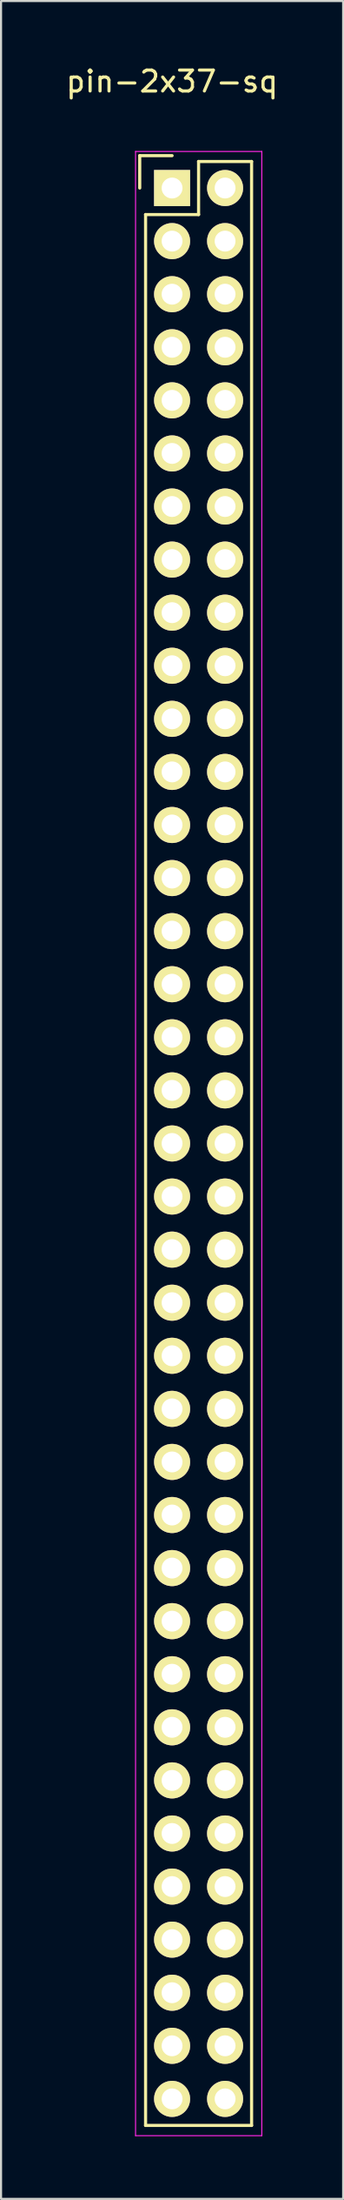
<source format=kicad_pcb>
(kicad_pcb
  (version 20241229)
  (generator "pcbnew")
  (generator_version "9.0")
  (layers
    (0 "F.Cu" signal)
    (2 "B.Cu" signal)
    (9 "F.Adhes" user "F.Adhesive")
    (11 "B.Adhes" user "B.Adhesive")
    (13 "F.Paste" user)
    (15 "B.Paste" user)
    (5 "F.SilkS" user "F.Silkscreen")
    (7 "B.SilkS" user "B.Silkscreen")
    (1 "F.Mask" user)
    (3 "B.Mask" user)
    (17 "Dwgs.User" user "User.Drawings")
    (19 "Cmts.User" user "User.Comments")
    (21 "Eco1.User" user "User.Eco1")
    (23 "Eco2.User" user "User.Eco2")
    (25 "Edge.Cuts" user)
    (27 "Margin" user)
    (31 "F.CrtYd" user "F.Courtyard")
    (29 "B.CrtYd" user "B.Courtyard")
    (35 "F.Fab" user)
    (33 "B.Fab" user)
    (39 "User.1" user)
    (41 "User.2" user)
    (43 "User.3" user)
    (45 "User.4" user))
  (footprint "pin-2x37-sq"
    (layer "F.Cu")
    (at 5.196 5.948)
    (property "Reference" "pin-2x37-sq" (at 0 -5.1 0) (layer "F.SilkS") (effects (font (size 1 1) (thickness 0.15))))
    (attr through_hole)
    (fp_line (start -1.55 -1.55) (end -1.55 0) (stroke (width 0.15) (type solid)) (layer "F.SilkS"))
    (fp_line (start -1.27 92.71) (end -1.27 1.27) (stroke (width 0.15) (type solid)) (layer "F.SilkS"))
    (fp_line (start 0 -1.55) (end -1.55 -1.55) (stroke (width 0.15) (type solid)) (layer "F.SilkS"))
    (fp_line (start 1.27 -1.27) (end 1.27 1.27) (stroke (width 0.15) (type solid)) (layer "F.SilkS"))
    (fp_line (start 1.27 1.27) (end -1.27 1.27) (stroke (width 0.15) (type solid)) (layer "F.SilkS"))
    (fp_line (start 3.81 -1.27) (end 1.27 -1.27) (stroke (width 0.15) (type solid)) (layer "F.SilkS"))
    (fp_line (start 3.81 -1.27) (end 3.81 92.71) (stroke (width 0.15) (type solid)) (layer "F.SilkS"))
    (fp_line (start 3.81 92.71) (end -1.27 92.71) (stroke (width 0.15) (type solid)) (layer "F.SilkS"))
    (fp_line (start -1.75 -1.75) (end -1.75 93.2) (stroke (width 0.05) (type solid)) (layer "F.CrtYd"))
    (fp_line (start -1.75 -1.75) (end 4.3 -1.75) (stroke (width 0.05) (type solid)) (layer "F.CrtYd"))
    (fp_line (start -1.75 93.2) (end 4.3 93.2) (stroke (width 0.05) (type solid)) (layer "F.CrtYd"))
    (fp_line (start 4.3 -1.75) (end 4.3 93.2) (stroke (width 0.05) (type solid)) (layer "F.CrtYd"))
    (pad "1" thru_hole rect (at 0 0) (size 1.727 1.727) (drill 1) (layers "*.Cu" "*.Mask" "F.SilkS"))
    (pad "2" thru_hole oval (at 2.54 0) (size 1.727 1.727) (drill 1) (layers "*.Cu" "*.Mask" "F.SilkS"))
    (pad "3" thru_hole oval (at 0 2.54) (size 1.727 1.727) (drill 1) (layers "*.Cu" "*.Mask" "F.SilkS"))
    (pad "4" thru_hole oval (at 2.54 2.54) (size 1.727 1.727) (drill 1) (layers "*.Cu" "*.Mask" "F.SilkS"))
    (pad "5" thru_hole oval (at 0 5.08) (size 1.727 1.727) (drill 1) (layers "*.Cu" "*.Mask" "F.SilkS"))
    (pad "6" thru_hole oval (at 2.54 5.08) (size 1.727 1.727) (drill 1) (layers "*.Cu" "*.Mask" "F.SilkS"))
    (pad "7" thru_hole oval (at 0 7.62) (size 1.727 1.727) (drill 1) (layers "*.Cu" "*.Mask" "F.SilkS"))
    (pad "8" thru_hole oval (at 2.54 7.62) (size 1.727 1.727) (drill 1) (layers "*.Cu" "*.Mask" "F.SilkS"))
    (pad "9" thru_hole oval (at 0 10.16) (size 1.727 1.727) (drill 1) (layers "*.Cu" "*.Mask" "F.SilkS"))
    (pad "10" thru_hole oval (at 2.54 10.16) (size 1.727 1.727) (drill 1) (layers "*.Cu" "*.Mask" "F.SilkS"))
    (pad "11" thru_hole oval (at 0 12.7) (size 1.727 1.727) (drill 1) (layers "*.Cu" "*.Mask" "F.SilkS"))
    (pad "12" thru_hole oval (at 2.54 12.7) (size 1.727 1.727) (drill 1) (layers "*.Cu" "*.Mask" "F.SilkS"))
    (pad "13" thru_hole oval (at 0 15.24) (size 1.727 1.727) (drill 1) (layers "*.Cu" "*.Mask" "F.SilkS"))
    (pad "14" thru_hole oval (at 2.54 15.24) (size 1.727 1.727) (drill 1) (layers "*.Cu" "*.Mask" "F.SilkS"))
    (pad "15" thru_hole oval (at 0 17.78) (size 1.727 1.727) (drill 1) (layers "*.Cu" "*.Mask" "F.SilkS"))
    (pad "16" thru_hole oval (at 2.54 17.78) (size 1.727 1.727) (drill 1) (layers "*.Cu" "*.Mask" "F.SilkS"))
    (pad "17" thru_hole oval (at 0 20.32) (size 1.727 1.727) (drill 1) (layers "*.Cu" "*.Mask" "F.SilkS"))
    (pad "18" thru_hole oval (at 2.54 20.32) (size 1.727 1.727) (drill 1) (layers "*.Cu" "*.Mask" "F.SilkS"))
    (pad "19" thru_hole oval (at 0 22.86) (size 1.727 1.727) (drill 1) (layers "*.Cu" "*.Mask" "F.SilkS"))
    (pad "20" thru_hole oval (at 2.54 22.86) (size 1.727 1.727) (drill 1) (layers "*.Cu" "*.Mask" "F.SilkS"))
    (pad "21" thru_hole oval (at 0 25.4) (size 1.727 1.727) (drill 1) (layers "*.Cu" "*.Mask" "F.SilkS"))
    (pad "22" thru_hole oval (at 2.54 25.4) (size 1.727 1.727) (drill 1) (layers "*.Cu" "*.Mask" "F.SilkS"))
    (pad "23" thru_hole oval (at 0 27.94) (size 1.727 1.727) (drill 1) (layers "*.Cu" "*.Mask" "F.SilkS"))
    (pad "24" thru_hole oval (at 2.54 27.94) (size 1.727 1.727) (drill 1) (layers "*.Cu" "*.Mask" "F.SilkS"))
    (pad "25" thru_hole oval (at 0 30.48) (size 1.727 1.727) (drill 1) (layers "*.Cu" "*.Mask" "F.SilkS"))
    (pad "26" thru_hole oval (at 2.54 30.48) (size 1.727 1.727) (drill 1) (layers "*.Cu" "*.Mask" "F.SilkS"))
    (pad "27" thru_hole oval (at 0 33.02) (size 1.727 1.727) (drill 1) (layers "*.Cu" "*.Mask" "F.SilkS"))
    (pad "28" thru_hole oval (at 2.54 33.02) (size 1.727 1.727) (drill 1) (layers "*.Cu" "*.Mask" "F.SilkS"))
    (pad "29" thru_hole oval (at 0 35.56) (size 1.727 1.727) (drill 1) (layers "*.Cu" "*.Mask" "F.SilkS"))
    (pad "30" thru_hole oval (at 2.54 35.56) (size 1.727 1.727) (drill 1) (layers "*.Cu" "*.Mask" "F.SilkS"))
    (pad "31" thru_hole oval (at 0 38.1) (size 1.727 1.727) (drill 1) (layers "*.Cu" "*.Mask" "F.SilkS"))
    (pad "32" thru_hole oval (at 2.54 38.1) (size 1.727 1.727) (drill 1) (layers "*.Cu" "*.Mask" "F.SilkS"))
    (pad "33" thru_hole oval (at 0 40.64) (size 1.727 1.727) (drill 1) (layers "*.Cu" "*.Mask" "F.SilkS"))
    (pad "34" thru_hole oval (at 2.54 40.64) (size 1.727 1.727) (drill 1) (layers "*.Cu" "*.Mask" "F.SilkS"))
    (pad "35" thru_hole oval (at 0 43.18) (size 1.727 1.727) (drill 1) (layers "*.Cu" "*.Mask" "F.SilkS"))
    (pad "36" thru_hole oval (at 2.54 43.18) (size 1.727 1.727) (drill 1) (layers "*.Cu" "*.Mask" "F.SilkS"))
    (pad "37" thru_hole oval (at 0 45.72) (size 1.727 1.727) (drill 1) (layers "*.Cu" "*.Mask" "F.SilkS"))
    (pad "38" thru_hole oval (at 2.54 45.72) (size 1.727 1.727) (drill 1) (layers "*.Cu" "*.Mask" "F.SilkS"))
    (pad "39" thru_hole oval (at 0 48.26) (size 1.727 1.727) (drill 1) (layers "*.Cu" "*.Mask" "F.SilkS"))
    (pad "40" thru_hole oval (at 2.54 48.26) (size 1.727 1.727) (drill 1) (layers "*.Cu" "*.Mask" "F.SilkS"))
    (pad "41" thru_hole oval (at 0 50.8) (size 1.727 1.727) (drill 1) (layers "*.Cu" "*.Mask" "F.SilkS"))
    (pad "42" thru_hole oval (at 2.54 50.8) (size 1.727 1.727) (drill 1) (layers "*.Cu" "*.Mask" "F.SilkS"))
    (pad "43" thru_hole oval (at 0 53.34) (size 1.727 1.727) (drill 1) (layers "*.Cu" "*.Mask" "F.SilkS"))
    (pad "44" thru_hole oval (at 2.54 53.34) (size 1.727 1.727) (drill 1) (layers "*.Cu" "*.Mask" "F.SilkS"))
    (pad "45" thru_hole oval (at 0 55.88) (size 1.727 1.727) (drill 1) (layers "*.Cu" "*.Mask" "F.SilkS"))
    (pad "46" thru_hole oval (at 2.54 55.88) (size 1.727 1.727) (drill 1) (layers "*.Cu" "*.Mask" "F.SilkS"))
    (pad "47" thru_hole oval (at 0 58.42) (size 1.727 1.727) (drill 1) (layers "*.Cu" "*.Mask" "F.SilkS"))
    (pad "48" thru_hole oval (at 2.54 58.42) (size 1.727 1.727) (drill 1) (layers "*.Cu" "*.Mask" "F.SilkS"))
    (pad "49" thru_hole oval (at 0 60.96) (size 1.727 1.727) (drill 1) (layers "*.Cu" "*.Mask" "F.SilkS"))
    (pad "50" thru_hole oval (at 2.54 60.96) (size 1.727 1.727) (drill 1) (layers "*.Cu" "*.Mask" "F.SilkS"))
    (pad "51" thru_hole oval (at 0 63.5) (size 1.727 1.727) (drill 1) (layers "*.Cu" "*.Mask" "F.SilkS"))
    (pad "52" thru_hole oval (at 2.54 63.5) (size 1.727 1.727) (drill 1) (layers "*.Cu" "*.Mask" "F.SilkS"))
    (pad "53" thru_hole oval (at 0 66.04) (size 1.727 1.727) (drill 1) (layers "*.Cu" "*.Mask" "F.SilkS"))
    (pad "54" thru_hole oval (at 2.54 66.04) (size 1.727 1.727) (drill 1) (layers "*.Cu" "*.Mask" "F.SilkS"))
    (pad "55" thru_hole oval (at 0 68.58) (size 1.727 1.727) (drill 1) (layers "*.Cu" "*.Mask" "F.SilkS"))
    (pad "56" thru_hole oval (at 2.54 68.58) (size 1.727 1.727) (drill 1) (layers "*.Cu" "*.Mask" "F.SilkS"))
    (pad "57" thru_hole oval (at 0 71.12) (size 1.727 1.727) (drill 1) (layers "*.Cu" "*.Mask" "F.SilkS"))
    (pad "58" thru_hole oval (at 2.54 71.12) (size 1.727 1.727) (drill 1) (layers "*.Cu" "*.Mask" "F.SilkS"))
    (pad "59" thru_hole oval (at 0 73.66) (size 1.727 1.727) (drill 1) (layers "*.Cu" "*.Mask" "F.SilkS"))
    (pad "60" thru_hole oval (at 2.54 73.66) (size 1.727 1.727) (drill 1) (layers "*.Cu" "*.Mask" "F.SilkS"))
    (pad "61" thru_hole oval (at 0 76.2) (size 1.727 1.727) (drill 1) (layers "*.Cu" "*.Mask" "F.SilkS"))
    (pad "62" thru_hole oval (at 2.54 76.2) (size 1.727 1.727) (drill 1) (layers "*.Cu" "*.Mask" "F.SilkS"))
    (pad "63" thru_hole oval (at 0 78.74) (size 1.727 1.727) (drill 1) (layers "*.Cu" "*.Mask" "F.SilkS"))
    (pad "64" thru_hole oval (at 2.54 78.74) (size 1.727 1.727) (drill 1) (layers "*.Cu" "*.Mask" "F.SilkS"))
    (pad "65" thru_hole oval (at 0 81.28) (size 1.727 1.727) (drill 1) (layers "*.Cu" "*.Mask" "F.SilkS"))
    (pad "66" thru_hole oval (at 2.54 81.28) (size 1.727 1.727) (drill 1) (layers "*.Cu" "*.Mask" "F.SilkS"))
    (pad "67" thru_hole oval (at 0 83.82) (size 1.727 1.727) (drill 1) (layers "*.Cu" "*.Mask" "F.SilkS"))
    (pad "68" thru_hole oval (at 2.54 83.82) (size 1.727 1.727) (drill 1) (layers "*.Cu" "*.Mask" "F.SilkS"))
    (pad "69" thru_hole oval (at 0 86.36) (size 1.727 1.727) (drill 1) (layers "*.Cu" "*.Mask" "F.SilkS"))
    (pad "70" thru_hole oval (at 2.54 86.36) (size 1.727 1.727) (drill 1) (layers "*.Cu" "*.Mask" "F.SilkS"))
    (pad "71" thru_hole oval (at 0 88.9) (size 1.727 1.727) (drill 1) (layers "*.Cu" "*.Mask" "F.SilkS"))
    (pad "72" thru_hole oval (at 2.54 88.9) (size 1.727 1.727) (drill 1) (layers "*.Cu" "*.Mask" "F.SilkS"))
    (pad "73" thru_hole oval (at 0 91.44) (size 1.727 1.727) (drill 1) (layers "*.Cu" "*.Mask" "F.SilkS"))
    (pad "74" thru_hole oval (at 2.54 91.44) (size 1.727 1.727) (drill 1) (layers "*.Cu" "*.Mask" "F.SilkS")))
  (gr_rect
    (start -3 -3)
    (end 13.393 102.173)
    (stroke (width 0.1) (type default))
    (fill no)
    (layer "Edge.Cuts")))
</source>
